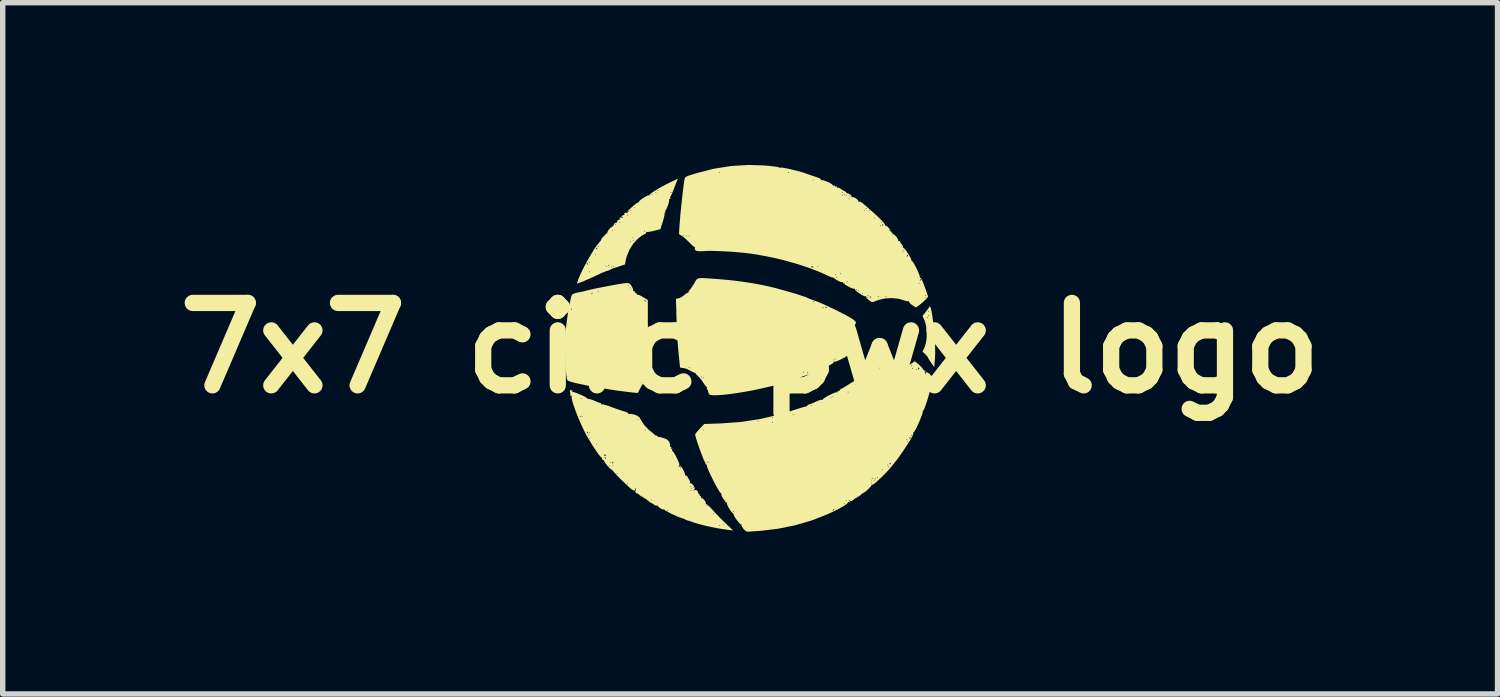
<source format=kicad_pcb>
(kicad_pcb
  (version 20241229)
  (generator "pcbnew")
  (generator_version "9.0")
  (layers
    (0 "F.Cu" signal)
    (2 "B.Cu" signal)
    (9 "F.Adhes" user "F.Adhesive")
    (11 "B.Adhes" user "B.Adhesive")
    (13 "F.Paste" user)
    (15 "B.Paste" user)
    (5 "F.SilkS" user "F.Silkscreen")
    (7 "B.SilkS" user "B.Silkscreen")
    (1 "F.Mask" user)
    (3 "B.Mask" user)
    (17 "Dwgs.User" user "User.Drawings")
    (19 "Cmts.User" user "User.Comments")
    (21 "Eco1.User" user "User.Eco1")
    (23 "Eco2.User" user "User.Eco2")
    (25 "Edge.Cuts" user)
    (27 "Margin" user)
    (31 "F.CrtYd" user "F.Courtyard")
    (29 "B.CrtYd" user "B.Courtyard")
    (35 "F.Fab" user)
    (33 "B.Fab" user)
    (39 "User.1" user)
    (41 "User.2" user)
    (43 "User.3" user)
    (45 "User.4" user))
  (footprint "7x7 circ pwx logo"
    (layer "F.Cu")
    (at 10.82 3.386)
    (property "Reference" "7x7 circ pwx logo" (at 0 0 0) (layer "F.SilkS") (effects (font (size 1.524 1.524) (thickness 0.3))))
    (attr board_only exclude_from_pos_files exclude_from_bom)
    (fp_poly (pts (xy -2.643 -2.127) (xy -2.652 -2.118) (xy -2.661 -2.127) (xy -2.652 -2.136)) (stroke (width 0) (type solid)) (fill yes) (layer "F.SilkS"))
    (fp_poly (pts (xy -2.538 -2.249) (xy -2.547 -2.241) (xy -2.556 -2.249) (xy -2.547 -2.258)) (stroke (width 0) (type solid)) (fill yes) (layer "F.SilkS"))
    (fp_poly (pts (xy -2.538 2.267) (xy -2.547 2.276) (xy -2.556 2.267) (xy -2.547 2.258)) (stroke (width 0) (type solid)) (fill yes) (layer "F.SilkS"))
    (fp_poly (pts (xy -1.558 -2.512) (xy -1.567 -2.503) (xy -1.575 -2.512) (xy -1.567 -2.521)) (stroke (width 0) (type solid)) (fill yes) (layer "F.SilkS"))
    (fp_poly (pts (xy 2.643 -2.127) (xy 2.635 -2.118) (xy 2.626 -2.127) (xy 2.635 -2.136)) (stroke (width 0) (type solid)) (fill yes) (layer "F.SilkS"))
    (fp_poly (pts (xy 3.256 0.429) (xy 3.247 0.438) (xy 3.238 0.429) (xy 3.247 0.42)) (stroke (width 0) (type solid)) (fill yes) (layer "F.SilkS"))
    (fp_poly (pts (xy 3.33 -0.767) (xy 3.34 -0.744) (xy 3.352 -0.695) (xy 3.366 -0.616) (xy 3.368 -0.604) (xy 3.387 -0.478) (xy 3.403 -0.337) (xy 3.414 -0.191) (xy 3.421 -0.048) (xy 3.423 0.082) (xy 3.419 0.187) (xy 3.418 0.199) (xy 3.405 0.353) (xy 3.348 0.272) (xy 3.317 0.226) (xy 3.296 0.191) (xy 3.291 0.178) (xy 3.279 0.158) (xy 3.251 0.126) (xy 3.24 0.115) (xy 3.189 0.067) (xy 3.227 -0.015) (xy 3.252 -0.096) (xy 3.265 -0.198) (xy 3.266 -0.308) (xy 3.254 -0.412) (xy 3.231 -0.499) (xy 3.226 -0.511) (xy 3.2 -0.569) (xy 3.273 -0.569) (xy 3.282 -0.56) (xy 3.291 -0.569) (xy 3.282 -0.578) (xy 3.273 -0.569) (xy 3.2 -0.569) (xy 3.189 -0.594) (xy 3.197 -0.604) (xy 3.291 -0.604) (xy 3.3 -0.595) (xy 3.308 -0.604) (xy 3.3 -0.613) (xy 3.291 -0.604) (xy 3.197 -0.604) (xy 3.241 -0.66) (xy 3.252 -0.674) (xy 3.291 -0.674) (xy 3.3 -0.665) (xy 3.308 -0.674) (xy 3.3 -0.683) (xy 3.291 -0.674) (xy 3.252 -0.674) (xy 3.276 -0.705) (xy 3.302 -0.742) (xy 3.309 -0.753) (xy 3.32 -0.769)) (stroke (width 0) (type solid)) (fill yes) (layer "F.SilkS"))
    (fp_poly (pts (xy -2.24 -1.199) (xy -2.217 -1.183) (xy -2.193 -1.148) (xy -2.192 -1.146) (xy -2.169 -1.104) (xy -2.161 -1.073) (xy -2.163 -1.067) (xy -2.16 -1.054) (xy -2.15 -1.054) (xy -2.132 -1.047) (xy -2.131 -1.037) (xy -2.123 -1.02) (xy -2.114 -1.02) (xy -2.097 -1.011) (xy -2.097 -1.001) (xy -2.092 -0.986) (xy -2.085 -0.988) (xy -2.062 -0.985) (xy -2.021 -0.966) (xy -1.98 -0.943) (xy -1.891 -0.888) (xy -1.891 -0.5) (xy -1.889 -0.341) (xy -1.886 -0.184) (xy -1.88 -0.033) (xy -1.873 0.105) (xy -1.864 0.226) (xy -1.854 0.325) (xy -1.843 0.396) (xy -1.839 0.414) (xy -1.833 0.456) (xy -1.846 0.487) (xy -1.872 0.515) (xy -1.906 0.541) (xy -1.931 0.549) (xy -1.934 0.547) (xy -1.94 0.547) (xy -1.935 0.557) (xy -1.935 0.587) (xy -1.949 0.609) (xy -1.971 0.641) (xy -2.002 0.691) (xy -2.026 0.735) (xy -2.077 0.831) (xy -2.198 0.819) (xy -2.332 0.803) (xy -2.474 0.784) (xy -2.618 0.762) (xy -2.762 0.738) (xy -2.901 0.714) (xy -3.03 0.689) (xy -3.145 0.665) (xy -3.242 0.643) (xy -3.285 0.631) (xy -2.013 0.631) (xy -2.007 0.647) (xy -1.995 0.633) (xy -1.989 0.621) (xy -1.988 0.602) (xy -1.996 0.604) (xy -2.012 0.626) (xy -2.013 0.631) (xy -3.285 0.631) (xy -3.316 0.623) (xy -3.363 0.606) (xy -3.379 0.595) (xy -3.386 0.569) (xy -2.031 0.569) (xy -2.022 0.578) (xy -2.013 0.569) (xy -2.022 0.56) (xy -2.031 0.569) (xy -3.386 0.569) (xy -3.389 0.557) (xy -3.399 0.491) (xy -3.401 0.464) (xy -1.961 0.464) (xy -1.952 0.473) (xy -1.945 0.466) (xy -1.926 0.466) (xy -1.917 0.471) (xy -1.909 0.464) (xy -1.856 0.464) (xy -1.847 0.473) (xy -1.838 0.464) (xy -1.847 0.455) (xy -1.856 0.464) (xy -1.909 0.464) (xy -1.894 0.449) (xy -1.888 0.442) (xy -1.873 0.421) (xy -1.882 0.426) (xy -1.895 0.435) (xy -1.919 0.457) (xy -1.926 0.466) (xy -1.945 0.466) (xy -1.943 0.464) (xy -1.952 0.455) (xy -1.961 0.464) (xy -3.401 0.464) (xy -3.407 0.402) (xy -3.414 0.296) (xy -3.418 0.179) (xy -3.421 0.057) (xy -3.421 -0.062) (xy -3.419 -0.175) (xy -3.414 -0.27) (xy -3.404 -0.373) (xy -3.391 -0.486) (xy -3.375 -0.6) (xy -3.357 -0.71) (xy -3.356 -0.718) (xy -3.308 -0.718) (xy -3.302 -0.703) (xy -3.297 -0.706) (xy -3.295 -0.727) (xy -3.297 -0.729) (xy -3.307 -0.727) (xy -3.308 -0.718) (xy -3.356 -0.718) (xy -3.339 -0.81) (xy -3.322 -0.888) (xy -1.958 -0.888) (xy -1.953 -0.878) (xy -1.936 -0.859) (xy -1.926 -0.863) (xy -1.926 -0.865) (xy -1.938 -0.88) (xy -1.946 -0.886) (xy -1.958 -0.888) (xy -3.322 -0.888) (xy -3.321 -0.894) (xy -3.305 -0.956) (xy -3.291 -0.989) (xy -3.29 -0.99) (xy -3.26 -1.007) (xy -3.253 -1.009) (xy -2.935 -1.009) (xy -2.933 -0.999) (xy -2.923 -0.998) (xy -2.909 -1.004) (xy -2.912 -1.009) (xy -2.932 -1.012) (xy -2.935 -1.009) (xy -3.253 -1.009) (xy -3.2 -1.025) (xy -3.116 -1.04) (xy -3.108 -1.042) (xy -2.818 -1.042) (xy -2.81 -1.033) (xy -2.801 -1.042) (xy -2.81 -1.05) (xy -2.818 -1.042) (xy -3.108 -1.042) (xy -3.107 -1.042) (xy -3.08 -1.048) (xy -3.035 -1.06) (xy -3.02 -1.064) (xy -2.967 -1.077) (xy -2.889 -1.094) (xy -2.805 -1.112) (xy -2.223 -1.112) (xy -2.214 -1.103) (xy -2.206 -1.112) (xy -2.214 -1.12) (xy -2.223 -1.112) (xy -2.805 -1.112) (xy -2.792 -1.114) (xy -2.686 -1.135) (xy -2.579 -1.155) (xy -2.531 -1.164) (xy -2.258 -1.164) (xy -2.249 -1.155) (xy -2.241 -1.164) (xy -2.249 -1.173) (xy -2.258 -1.164) (xy -2.531 -1.164) (xy -2.479 -1.174) (xy -2.394 -1.188) (xy -2.333 -1.197) (xy -2.328 -1.197) (xy -2.273 -1.203)) (stroke (width 0) (type solid)) (fill yes) (layer "F.SilkS"))
    (fp_poly (pts (xy -0.857 -1.293) (xy -0.779 -1.289) (xy -0.674 -1.281) (xy -0.613 -1.277) (xy -0.392 -1.258) (xy -0.169 -1.231) (xy 0.049 -1.198) (xy 0.252 -1.16) (xy 0.432 -1.119) (xy 0.49 -1.104) (xy 0.535 -1.091) (xy 0.601 -1.073) (xy 0.678 -1.051) (xy 0.712 -1.042) (xy 0.788 -1.02) (xy 0.857 -1) (xy 0.908 -0.983) (xy 0.922 -0.978) (xy 0.97 -0.961) (xy 1.005 -0.951) (xy 1.043 -0.938) (xy 1.058 -0.93) (xy 1.084 -0.917) (xy 1.132 -0.899) (xy 1.173 -0.885) (xy 1.233 -0.863) (xy 1.316 -0.828) (xy 1.414 -0.784) (xy 1.521 -0.734) (xy 1.628 -0.682) (xy 1.728 -0.631) (xy 1.812 -0.586) (xy 1.851 -0.564) (xy 1.918 -0.52) (xy 1.953 -0.486) (xy 1.959 -0.461) (xy 1.947 -0.449) (xy 1.937 -0.426) (xy 1.932 -0.377) (xy 1.929 -0.311) (xy 1.931 -0.236) (xy 1.935 -0.161) (xy 1.943 -0.095) (xy 1.949 -0.066) (xy 1.973 0.035) (xy 1.866 0.102) (xy 1.771 0.16) (xy 1.687 0.206) (xy 1.62 0.237) (xy 1.573 0.253) (xy 1.555 0.252) (xy 1.543 0.25) (xy 1.547 0.259) (xy 1.539 0.275) (xy 1.507 0.297) (xy 1.462 0.321) (xy 1.413 0.342) (xy 1.37 0.355) (xy 1.343 0.357) (xy 1.342 0.356) (xy 1.331 0.354) (xy 1.335 0.359) (xy 1.328 0.373) (xy 1.291 0.396) (xy 1.229 0.425) (xy 1.146 0.46) (xy 1.047 0.498) (xy 0.936 0.538) (xy 0.817 0.579) (xy 0.694 0.619) (xy 0.571 0.656) (xy 0.454 0.689) (xy 0.403 0.702) (xy 0.248 0.739) (xy 0.09 0.773) (xy -0.067 0.803) (xy -0.217 0.828) (xy -0.357 0.848) (xy -0.483 0.863) (xy -0.59 0.871) (xy -0.674 0.873) (xy -0.731 0.867) (xy -0.75 0.86) (xy -0.769 0.832) (xy -0.776 0.8) (xy -0.783 0.771) (xy -0.795 0.766) (xy -0.803 0.762) (xy -0.8 0.747) (xy -0.798 0.723) (xy -0.804 0.718) (xy -0.821 0.704) (xy -0.847 0.668) (xy -0.864 0.641) (xy -0.868 0.636) (xy 0.496 0.636) (xy 0.498 0.646) (xy 0.508 0.648) (xy 0.522 0.641) (xy 0.519 0.636) (xy 0.499 0.634) (xy 0.496 0.636) (xy -0.868 0.636) (xy -0.903 0.585) (xy -0.932 0.551) (xy -0.875 0.551) (xy -0.867 0.56) (xy -0.858 0.551) (xy -0.867 0.543) (xy -0.875 0.551) (xy -0.932 0.551) (xy -0.946 0.535) (xy -0.947 0.534) (xy -0.91 0.534) (xy -0.902 0.543) (xy -0.893 0.534) (xy -0.902 0.525) (xy -0.91 0.534) (xy -0.947 0.534) (xy -0.961 0.52) (xy -0.993 0.49) (xy -1.006 0.469) (xy -1.006 0.466) (xy -1.007 0.461) (xy -1.008 0.463) (xy -1.027 0.458) (xy -1.053 0.446) (xy 0.98 0.446) (xy 0.989 0.455) (xy 0.998 0.446) (xy 1.05 0.446) (xy 1.059 0.455) (xy 1.068 0.446) (xy 1.059 0.438) (xy 1.05 0.446) (xy 0.998 0.446) (xy 0.989 0.438) (xy 0.98 0.446) (xy -1.053 0.446) (xy -1.067 0.44) (xy -1.105 0.419) (xy -1.163 0.39) (xy -1.217 0.371) (xy -1.244 0.368) (xy -1.28 0.364) (xy -1.289 0.359) (xy -1.138 0.359) (xy -1.129 0.368) (xy -1.12 0.359) (xy -1.129 0.35) (xy -1.138 0.359) (xy -1.289 0.359) (xy -1.296 0.354) (xy -1.298 0.333) (xy -1.299 0.324) (xy 1.348 0.324) (xy 1.357 0.333) (xy 1.365 0.324) (xy 1.357 0.315) (xy 1.348 0.324) (xy -1.299 0.324) (xy -1.303 0.284) (xy -1.31 0.219) (xy 1.54 0.219) (xy 1.549 0.228) (xy 1.558 0.219) (xy 1.549 0.21) (xy 1.54 0.219) (xy -1.31 0.219) (xy -1.31 0.213) (xy -1.311 0.201) (xy 1.575 0.201) (xy 1.584 0.21) (xy 1.593 0.201) (xy 1.584 0.193) (xy 1.575 0.201) (xy -1.311 0.201) (xy -1.319 0.127) (xy -1.322 0.096) (xy -1.331 -0.000108) (xy -1.34 -0.121) (xy -1.348 -0.256) (xy -1.355 -0.395) (xy -1.356 -0.429) (xy 1.873 -0.429) (xy 1.882 -0.42) (xy 1.891 -0.429) (xy 1.882 -0.438) (xy 1.873 -0.429) (xy -1.356 -0.429) (xy -1.357 -0.446) (xy 1.821 -0.446) (xy 1.829 -0.438) (xy 1.838 -0.446) (xy 1.829 -0.455) (xy 1.821 -0.446) (xy -1.357 -0.446) (xy -1.36 -0.527) (xy -1.36 -0.529) (xy -1.366 -0.747) (xy 1.336 -0.747) (xy 1.339 -0.736) (xy 1.348 -0.735) (xy 1.362 -0.742) (xy 1.36 -0.747) (xy 1.339 -0.749) (xy 1.336 -0.747) (xy -1.366 -0.747) (xy -1.367 -0.765) (xy 1.386 -0.765) (xy 1.39 -0.755) (xy 1.408 -0.737) (xy 1.418 -0.74) (xy 1.418 -0.743) (xy 1.405 -0.758) (xy 1.398 -0.763) (xy 1.386 -0.765) (xy -1.367 -0.765) (xy -1.37 -0.869) (xy 1.161 -0.869) (xy 1.164 -0.859) (xy 1.173 -0.858) (xy 1.187 -0.864) (xy 1.185 -0.869) (xy 1.164 -0.872) (xy 1.161 -0.869) (xy -1.37 -0.869) (xy -1.371 -0.91) (xy -1.317 -0.921) (xy -1.269 -0.941) (xy -1.221 -0.976) (xy -1.215 -0.982) (xy -1.181 -1.011) (xy -1.153 -1.022) (xy -1.148 -1.021) (xy -1.138 -1.018) (xy -1.141 -1.023) (xy -1.139 -1.044) (xy -1.118 -1.074) (xy -1.089 -1.11) (xy -1.053 -1.163) (xy -1.029 -1.203) (xy -1.011 -1.237) (xy -0.995 -1.261) (xy -0.977 -1.278) (xy -0.951 -1.289) (xy -0.913 -1.294)) (stroke (width 0) (type solid)) (fill yes) (layer "F.SilkS"))
    (fp_poly (pts (xy -1.338 -3.123) (xy -1.346 -3.105) (xy -1.36 -3.073) (xy -1.381 -3.019) (xy -1.406 -2.953) (xy -1.411 -2.941) (xy -1.435 -2.879) (xy -1.456 -2.831) (xy -1.47 -2.806) (xy -1.472 -2.804) (xy -1.479 -2.786) (xy -1.475 -2.771) (xy -1.473 -2.752) (xy -1.488 -2.757) (xy -1.503 -2.762) (xy -1.498 -2.751) (xy -1.497 -2.724) (xy -1.507 -2.677) (xy -1.525 -2.622) (xy -1.547 -2.572) (xy -1.565 -2.54) (xy -1.58 -2.503) (xy -1.58 -2.487) (xy -1.583 -2.458) (xy -1.595 -2.406) (xy -1.613 -2.341) (xy -1.617 -2.329) (xy -1.659 -2.198) (xy -1.778 -2.168) (xy -1.84 -2.154) (xy -1.888 -2.147) (xy -1.914 -2.148) (xy -1.914 -2.148) (xy -1.923 -2.147) (xy -1.919 -2.14) (xy -1.924 -2.121) (xy -1.947 -2.108) (xy -1.981 -2.091) (xy -2.029 -2.058) (xy -2.076 -2.021) (xy -2.161 -1.929) (xy -2.232 -1.816) (xy -2.282 -1.692) (xy -2.295 -1.641) (xy -2.314 -1.546) (xy -2.413 -1.513) (xy -2.467 -1.495) (xy -2.507 -1.482) (xy -2.521 -1.479) (xy -2.541 -1.471) (xy -2.568 -1.457) (xy -2.611 -1.437) (xy -2.638 -1.429) (xy -2.67 -1.419) (xy -2.721 -1.398) (xy -2.775 -1.374) (xy -2.9 -1.316) (xy -2.997 -1.272) (xy -3.069 -1.241) (xy -3.119 -1.22) (xy -3.149 -1.21) (xy -3.161 -1.208) (xy -3.188 -1.194) (xy -3.193 -1.186) (xy -3.198 -1.185) (xy -3.195 -1.212) (xy -3.194 -1.217) (xy -3.177 -1.272) (xy -3.144 -1.349) (xy -3.116 -1.409) (xy -2.976 -1.409) (xy -2.967 -1.4) (xy -2.958 -1.409) (xy -2.967 -1.418) (xy -2.976 -1.409) (xy -3.116 -1.409) (xy -3.1 -1.442) (xy -3.072 -1.497) (xy -2.573 -1.497) (xy -2.565 -1.488) (xy -2.556 -1.497) (xy -2.565 -1.505) (xy -2.573 -1.497) (xy -3.072 -1.497) (xy -3.063 -1.514) (xy -2.661 -1.514) (xy -2.652 -1.505) (xy -2.643 -1.514) (xy -2.538 -1.514) (xy -2.529 -1.505) (xy -2.521 -1.514) (xy -2.529 -1.523) (xy -2.538 -1.514) (xy -2.643 -1.514) (xy -2.652 -1.523) (xy -2.661 -1.514) (xy -3.063 -1.514) (xy -3.054 -1.532) (xy -2.626 -1.532) (xy -2.617 -1.523) (xy -2.608 -1.532) (xy -2.617 -1.54) (xy -2.626 -1.532) (xy -3.054 -1.532) (xy -3.047 -1.544) (xy -3.033 -1.57) (xy -3.026 -1.57) (xy -3.021 -1.561) (xy -3.004 -1.542) (xy -2.994 -1.546) (xy -2.993 -1.548) (xy -3.006 -1.563) (xy -3.014 -1.568) (xy -3.026 -1.57) (xy -3.033 -1.57) (xy -3.025 -1.584) (xy -2.976 -1.584) (xy -2.967 -1.575) (xy -2.958 -1.584) (xy -2.967 -1.593) (xy -2.976 -1.584) (xy -3.025 -1.584) (xy -2.99 -1.648) (xy -2.946 -1.724) (xy -2.871 -1.724) (xy -2.862 -1.716) (xy -2.853 -1.724) (xy -2.862 -1.733) (xy -2.871 -1.724) (xy -2.946 -1.724) (xy -2.932 -1.748) (xy -2.886 -1.822) (xy -2.849 -1.822) (xy -2.847 -1.821) (xy -2.831 -1.833) (xy -2.827 -1.838) (xy -2.823 -1.854) (xy -2.825 -1.856) (xy -2.841 -1.843) (xy -2.845 -1.838) (xy -2.849 -1.822) (xy -2.886 -1.822) (xy -2.877 -1.836) (xy -2.845 -1.882) (xy -2.818 -1.882) (xy -2.81 -1.873) (xy -2.801 -1.882) (xy -2.81 -1.891) (xy -2.818 -1.882) (xy -2.845 -1.882) (xy -2.828 -1.906) (xy -2.798 -1.943) (xy -2.775 -1.969) (xy -2.223 -1.969) (xy -2.214 -1.961) (xy -2.206 -1.969) (xy -2.214 -1.978) (xy -2.223 -1.969) (xy -2.775 -1.969) (xy -2.77 -1.974) (xy -2.762 -1.987) (xy -2.171 -1.987) (xy -2.162 -1.978) (xy -2.153 -1.987) (xy -2.162 -1.996) (xy -2.171 -1.987) (xy -2.762 -1.987) (xy -2.757 -1.994) (xy -2.757 -1.995) (xy -2.746 -2.02) (xy -2.733 -2.039) (xy -2.188 -2.039) (xy -2.179 -2.031) (xy -2.171 -2.039) (xy -2.179 -2.048) (xy -2.188 -2.039) (xy -2.733 -2.039) (xy -2.721 -2.055) (xy -2.704 -2.074) (xy -2.696 -2.074) (xy -2.687 -2.066) (xy -2.678 -2.074) (xy -2.687 -2.083) (xy -2.696 -2.074) (xy -2.704 -2.074) (xy -2.69 -2.089) (xy -2.664 -2.111) (xy -2.655 -2.113) (xy -2.64 -2.123) (xy -2.639 -2.137) (xy -2.631 -2.162) (xy -1.961 -2.162) (xy -1.952 -2.153) (xy -1.943 -2.162) (xy -1.952 -2.171) (xy -1.961 -2.162) (xy -2.631 -2.162) (xy -2.631 -2.163) (xy -2.619 -2.179) (xy -2.556 -2.179) (xy -2.547 -2.171) (xy -2.538 -2.179) (xy -2.547 -2.188) (xy -2.556 -2.179) (xy -2.619 -2.179) (xy -2.608 -2.195) (xy -2.579 -2.225) (xy -2.553 -2.242) (xy -2.543 -2.241) (xy -2.533 -2.247) (xy -2.528 -2.265) (xy -2.519 -2.284) (xy -2.503 -2.284) (xy -2.494 -2.276) (xy -2.486 -2.284) (xy -2.494 -2.293) (xy -2.503 -2.284) (xy -2.519 -2.284) (xy -2.513 -2.299) (xy -2.487 -2.319) (xy -2.467 -2.318) (xy -2.466 -2.319) (xy -2.416 -2.319) (xy -2.407 -2.311) (xy -2.398 -2.319) (xy -2.407 -2.328) (xy -2.416 -2.319) (xy -2.466 -2.319) (xy -2.458 -2.326) (xy -2.457 -2.342) (xy -2.446 -2.367) (xy -2.43 -2.37) (xy -2.409 -2.377) (xy -2.411 -2.395) (xy -2.412 -2.414) (xy -2.393 -2.411) (xy -2.363 -2.411) (xy -2.352 -2.419) (xy -2.351 -2.43) (xy -2.363 -2.425) (xy -2.379 -2.422) (xy -2.377 -2.435) (xy -2.354 -2.456) (xy -2.341 -2.457) (xy -2.336 -2.459) (xy -2.276 -2.459) (xy -2.267 -2.451) (xy -2.258 -2.459) (xy -2.267 -2.468) (xy -2.276 -2.459) (xy -2.336 -2.459) (xy -2.322 -2.466) (xy -2.324 -2.482) (xy -2.325 -2.501) (xy -2.306 -2.499) (xy -2.273 -2.502) (xy -2.255 -2.517) (xy -2.241 -2.537) (xy -2.251 -2.534) (xy -2.267 -2.523) (xy -2.271 -2.523) (xy -2.254 -2.542) (xy -2.249 -2.547) (xy -2.223 -2.547) (xy -2.214 -2.538) (xy -2.206 -2.547) (xy -2.214 -2.556) (xy -2.223 -2.547) (xy -2.249 -2.547) (xy -2.217 -2.577) (xy -2.197 -2.596) (xy -2.193 -2.6) (xy -2.153 -2.6) (xy -2.144 -2.591) (xy -2.136 -2.6) (xy -2.144 -2.608) (xy -2.153 -2.6) (xy -2.193 -2.6) (xy -2.148 -2.64) (xy -2.108 -2.672) (xy -2.084 -2.686) (xy -2.081 -2.686) (xy -2.066 -2.692) (xy -2.06 -2.702) (xy -2.04 -2.727) (xy -2.002 -2.758) (xy -1.954 -2.788) (xy -1.909 -2.813) (xy -1.875 -2.825) (xy -1.866 -2.824) (xy -1.856 -2.822) (xy -1.86 -2.827) (xy -1.852 -2.843) (xy -1.85 -2.845) (xy -1.821 -2.845) (xy -1.812 -2.836) (xy -1.803 -2.845) (xy -1.812 -2.853) (xy -1.821 -2.845) (xy -1.85 -2.845) (xy -1.819 -2.87) (xy -1.805 -2.88) (xy -1.751 -2.88) (xy -1.742 -2.871) (xy -1.733 -2.88) (xy -1.47 -2.88) (xy -1.462 -2.871) (xy -1.453 -2.88) (xy -1.462 -2.888) (xy -1.47 -2.88) (xy -1.733 -2.88) (xy -1.742 -2.888) (xy -1.751 -2.88) (xy -1.805 -2.88) (xy -1.764 -2.907) (xy -1.752 -2.915) (xy -1.716 -2.915) (xy -1.707 -2.906) (xy -1.698 -2.915) (xy -1.707 -2.923) (xy -1.716 -2.915) (xy -1.752 -2.915) (xy -1.694 -2.95) (xy -1.613 -2.995) (xy -1.526 -3.04) (xy -1.497 -3.054) (xy -1.432 -3.085) (xy -1.38 -3.11) (xy -1.348 -3.126) (xy -1.342 -3.129)) (stroke (width 0) (type solid)) (fill yes) (layer "F.SilkS"))
    (fp_poly (pts (xy -3.29 0.784) (xy -3.285 0.788) (xy -3.274 0.803) (xy -3.291 0.796) (xy -3.307 0.791) (xy -3.303 0.798) (xy -3.274 0.813) (xy -3.268 0.814) (xy -3.24 0.82) (xy -3.195 0.837) (xy -3.141 0.86) (xy -3.088 0.884) (xy -3.045 0.906) (xy -3.021 0.922) (xy -3.018 0.926) (xy -3.009 0.935) (xy -2.986 0.939) (xy -2.948 0.948) (xy -2.895 0.967) (xy -2.871 0.978) (xy -2.821 1) (xy -2.782 1.013) (xy -2.77 1.015) (xy -2.755 1.025) (xy -2.757 1.033) (xy -2.754 1.043) (xy -2.744 1.041) (xy -2.718 1.043) (xy -2.668 1.055) (xy -2.602 1.076) (xy -2.563 1.091) (xy -2.483 1.12) (xy -2.405 1.147) (xy -2.342 1.167) (xy -2.324 1.172) (xy -2.276 1.189) (xy -2.253 1.206) (xy -2.252 1.213) (xy -2.252 1.222) (xy -2.245 1.219) (xy -2.218 1.216) (xy -2.171 1.223) (xy -2.144 1.229) (xy -2.081 1.253) (xy -2.044 1.287) (xy -2.037 1.299) (xy -1.96 1.421) (xy -1.867 1.518) (xy -1.843 1.537) (xy -1.797 1.573) (xy -1.765 1.601) (xy -1.753 1.614) (xy -1.737 1.621) (xy -1.732 1.618) (xy -1.716 1.621) (xy -1.716 1.627) (xy -1.706 1.642) (xy -1.702 1.642) (xy -1.679 1.644) (xy -1.635 1.654) (xy -1.605 1.662) (xy -1.544 1.686) (xy -1.506 1.718) (xy -1.495 1.737) (xy -1.479 1.78) (xy -1.477 1.813) (xy -1.478 1.814) (xy -1.478 1.831) (xy -1.467 1.827) (xy -1.454 1.827) (xy -1.459 1.845) (xy -1.461 1.865) (xy -1.45 1.862) (xy -1.437 1.862) (xy -1.441 1.88) (xy -1.445 1.901) (xy -1.439 1.901) (xy -1.425 1.912) (xy -1.401 1.947) (xy -1.371 2.001) (xy -1.359 2.025) (xy -1.327 2.092) (xy -1.311 2.136) (xy -1.307 2.164) (xy -1.315 2.183) (xy -1.317 2.185) (xy -1.33 2.205) (xy -1.32 2.199) (xy -1.31 2.192) (xy -1.291 2.183) (xy -1.274 2.192) (xy -1.251 2.225) (xy -1.236 2.251) (xy -1.213 2.3) (xy -1.201 2.337) (xy -1.202 2.35) (xy -1.202 2.36) (xy -1.193 2.356) (xy -1.171 2.359) (xy -1.161 2.375) (xy -1.14 2.415) (xy -1.125 2.436) (xy -1.11 2.468) (xy -1.113 2.487) (xy -1.116 2.501) (xy -1.107 2.497) (xy -1.086 2.502) (xy -1.057 2.529) (xy -1.05 2.539) (xy -1.026 2.577) (xy -1.024 2.602) (xy -1.036 2.622) (xy -1.05 2.642) (xy -1.041 2.638) (xy -1.032 2.631) (xy -0.999 2.622) (xy -0.972 2.64) (xy -0.963 2.673) (xy -0.951 2.694) (xy -0.944 2.696) (xy -0.933 2.706) (xy -0.935 2.711) (xy -0.931 2.73) (xy -0.918 2.738) (xy -0.9 2.756) (xy -0.903 2.768) (xy -0.905 2.781) (xy -0.897 2.777) (xy -0.876 2.782) (xy -0.85 2.807) (xy -0.827 2.839) (xy -0.816 2.868) (xy -0.819 2.879) (xy -0.819 2.887) (xy -0.812 2.885) (xy -0.792 2.895) (xy -0.757 2.926) (xy -0.712 2.972) (xy -0.693 2.993) (xy -0.636 3.056) (xy -0.564 3.131) (xy -0.489 3.205) (xy -0.45 3.243) (xy -0.394 3.296) (xy -0.35 3.339) (xy -0.322 3.368) (xy -0.315 3.376) (xy -0.337 3.372) (xy -0.368 3.367) (xy -0.406 3.362) (xy -0.467 3.353) (xy -0.537 3.343) (xy -0.543 3.342) (xy -0.623 3.328) (xy -0.717 3.309) (xy -0.818 3.287) (xy -0.836 3.282) (xy -0.578 3.282) (xy -0.569 3.291) (xy -0.56 3.282) (xy -0.569 3.273) (xy -0.578 3.282) (xy -0.836 3.282) (xy -0.906 3.265) (xy -0.508 3.265) (xy -0.499 3.273) (xy -0.49 3.265) (xy -0.499 3.256) (xy -0.508 3.265) (xy -0.906 3.265) (xy -0.914 3.263) (xy -0.996 3.24) (xy -1.055 3.221) (xy -1.062 3.218) (xy -1.11 3.201) (xy -1.145 3.192) (xy -1.183 3.179) (xy -1.198 3.171) (xy -1.228 3.155) (xy -1.261 3.145) (xy -1.3 3.132) (xy -1.354 3.111) (xy -1.415 3.083) (xy -1.474 3.055) (xy -0.683 3.055) (xy -0.674 3.063) (xy -0.665 3.055) (xy -0.674 3.046) (xy -0.683 3.055) (xy -1.474 3.055) (xy -1.476 3.054) (xy -1.529 3.026) (xy -1.567 3.004) (xy -1.57 3.002) (xy -1.54 3.002) (xy -1.532 3.011) (xy -1.523 3.002) (xy -1.532 2.993) (xy -1.54 3.002) (xy -1.57 3.002) (xy -1.583 2.991) (xy -1.582 2.99) (xy -1.58 2.985) (xy -1.589 2.987) (xy -1.616 2.983) (xy -1.652 2.967) (xy -1.685 2.945) (xy -1.703 2.925) (xy -1.703 2.917) (xy -1.703 2.915) (xy -0.805 2.915) (xy -0.796 2.923) (xy -0.788 2.915) (xy -0.796 2.906) (xy -0.805 2.915) (xy -1.703 2.915) (xy -1.705 2.911) (xy -1.718 2.915) (xy -1.752 2.912) (xy -1.773 2.898) (xy -1.801 2.876) (xy -1.816 2.871) (xy -1.837 2.86) (xy -1.873 2.834) (xy -1.891 2.819) (xy -1.903 2.81) (xy -1.838 2.81) (xy -1.829 2.818) (xy -1.821 2.81) (xy -1.829 2.801) (xy -1.838 2.81) (xy -1.903 2.81) (xy -1.932 2.788) (xy -1.963 2.769) (xy -1.971 2.767) (xy -1.996 2.755) (xy -2.016 2.74) (xy -1.996 2.74) (xy -1.987 2.748) (xy -1.978 2.74) (xy -1.987 2.731) (xy -1.996 2.74) (xy -2.016 2.74) (xy -2.031 2.728) (xy -2.037 2.723) (xy -2.067 2.698) (xy -2.082 2.689) (xy -2.083 2.69) (xy -2.094 2.689) (xy -2.11 2.678) (xy -2.126 2.653) (xy -2.118 2.635) (xy -1.103 2.635) (xy -1.094 2.643) (xy -1.085 2.635) (xy -1.094 2.626) (xy -1.103 2.635) (xy -2.118 2.635) (xy -2.117 2.634) (xy -2.109 2.61) (xy -2.119 2.6) (xy -1.085 2.6) (xy -1.077 2.608) (xy -1.068 2.6) (xy -1.077 2.591) (xy -1.085 2.6) (xy -2.119 2.6) (xy -2.12 2.598) (xy -2.133 2.595) (xy -2.129 2.604) (xy -2.124 2.628) (xy -2.141 2.635) (xy -2.171 2.626) (xy -2.202 2.604) (xy -2.226 2.582) (xy -1.05 2.582) (xy -1.042 2.591) (xy -1.033 2.582) (xy -1.042 2.573) (xy -1.05 2.582) (xy -2.226 2.582) (xy -2.245 2.565) (xy -1.103 2.565) (xy -1.094 2.573) (xy -1.085 2.565) (xy -1.094 2.556) (xy -1.103 2.565) (xy -2.245 2.565) (xy -2.301 2.512) (xy -2.276 2.512) (xy -2.267 2.521) (xy -2.258 2.512) (xy -2.267 2.503) (xy -2.276 2.512) (xy -2.301 2.512) (xy -2.308 2.506) (xy -2.396 2.422) (xy -2.463 2.354) (xy -2.495 2.319) (xy -2.468 2.319) (xy -2.459 2.328) (xy -2.451 2.319) (xy -2.459 2.311) (xy -2.468 2.319) (xy -2.495 2.319) (xy -2.509 2.305) (xy -2.531 2.275) (xy -2.533 2.269) (xy -2.543 2.254) (xy -2.551 2.254) (xy -2.572 2.243) (xy -2.604 2.214) (xy -1.295 2.214) (xy -1.287 2.223) (xy -1.278 2.214) (xy -1.287 2.206) (xy -1.295 2.214) (xy -2.604 2.214) (xy -2.605 2.213) (xy -2.636 2.179) (xy -2.608 2.179) (xy -2.6 2.188) (xy -2.591 2.179) (xy -2.556 2.179) (xy -2.547 2.188) (xy -2.538 2.179) (xy -2.547 2.171) (xy -2.556 2.179) (xy -2.591 2.179) (xy -2.6 2.171) (xy -2.608 2.179) (xy -2.636 2.179) (xy -2.642 2.172) (xy -2.672 2.134) (xy -2.551 2.134) (xy -2.549 2.136) (xy -2.533 2.123) (xy -2.529 2.118) (xy -2.525 2.102) (xy -2.527 2.101) (xy -2.543 2.113) (xy -2.547 2.118) (xy -2.551 2.134) (xy -2.672 2.134) (xy -2.675 2.13) (xy -2.689 2.109) (xy -2.591 2.109) (xy -2.582 2.118) (xy -2.573 2.109) (xy -2.582 2.101) (xy -2.591 2.109) (xy -2.689 2.109) (xy -2.697 2.096) (xy -2.7 2.082) (xy -2.709 2.07) (xy -2.718 2.07) (xy -2.735 2.06) (xy -2.737 2.044) (xy -2.742 2.023) (xy -2.749 2.022) (xy -2.756 2.018) (xy -2.693 2.018) (xy -2.689 2.028) (xy -2.671 2.047) (xy -2.661 2.043) (xy -2.661 2.04) (xy -2.673 2.026) (xy -2.681 2.02) (xy -2.693 2.018) (xy -2.756 2.018) (xy -2.764 2.012) (xy -2.793 1.977) (xy -2.795 1.975) (xy -2.703 1.975) (xy -2.697 1.988) (xy -2.686 1.99) (xy -2.663 1.987) (xy -2.661 1.985) (xy -2.674 1.971) (xy -2.696 1.97) (xy -2.703 1.975) (xy -2.795 1.975) (xy -2.832 1.923) (xy -2.878 1.855) (xy -2.927 1.779) (xy -2.928 1.777) (xy -2.853 1.777) (xy -2.845 1.786) (xy -2.836 1.777) (xy -2.845 1.768) (xy -2.853 1.777) (xy -2.928 1.777) (xy -2.975 1.699) (xy -2.991 1.672) (xy -2.976 1.672) (xy -2.967 1.68) (xy -2.958 1.672) (xy -2.967 1.663) (xy -2.976 1.672) (xy -2.991 1.672) (xy -3.02 1.623) (xy -3.031 1.602) (xy -2.993 1.602) (xy -2.985 1.61) (xy -2.976 1.602) (xy -2.985 1.593) (xy -2.993 1.602) (xy -3.031 1.602) (xy -3.05 1.567) (xy -3.06 1.545) (xy -3.026 1.545) (xy -3.021 1.555) (xy -3.004 1.574) (xy -2.994 1.57) (xy -2.993 1.568) (xy -2.994 1.567) (xy -2.976 1.567) (xy -2.967 1.575) (xy -2.958 1.567) (xy -2.967 1.558) (xy -2.976 1.567) (xy -2.994 1.567) (xy -3.006 1.553) (xy -3.014 1.548) (xy -3.026 1.545) (xy -3.06 1.545) (xy -3.075 1.514) (xy -1.943 1.514) (xy -1.934 1.523) (xy -1.926 1.514) (xy -1.934 1.505) (xy -1.943 1.514) (xy -3.075 1.514) (xy -3.101 1.462) (xy -3.15 1.352) (xy -3.163 1.322) (xy -2.083 1.322) (xy -2.074 1.33) (xy -2.066 1.322) (xy -2.074 1.313) (xy -2.083 1.322) (xy -3.163 1.322) (xy -3.185 1.269) (xy -3.151 1.269) (xy -3.142 1.278) (xy -3.133 1.269) (xy -3.116 1.269) (xy -3.107 1.278) (xy -3.098 1.269) (xy -3.107 1.26) (xy -3.116 1.269) (xy -3.133 1.269) (xy -3.142 1.26) (xy -3.151 1.269) (xy -3.185 1.269) (xy -3.196 1.243) (xy -3.235 1.14) (xy -3.267 1.048) (xy -3.289 0.972) (xy -3.296 0.937) (xy -3.133 0.937) (xy -3.125 0.945) (xy -3.116 0.937) (xy -3.125 0.928) (xy -3.133 0.937) (xy -3.296 0.937) (xy -3.3 0.917) (xy -3.298 0.889) (xy -3.296 0.878) (xy -3.307 0.883) (xy -3.323 0.884) (xy -3.323 0.864) (xy -3.325 0.826) (xy -3.331 0.811) (xy -3.333 0.787) (xy -3.315 0.776)) (stroke (width 0) (type solid)) (fill yes) (layer "F.SilkS"))
    (fp_poly (pts (xy 3.124 0.308) (xy 3.164 0.346) (xy 3.189 0.375) (xy 3.193 0.389) (xy 3.197 0.399) (xy 3.206 0.399) (xy 3.224 0.409) (xy 3.229 0.432) (xy 3.236 0.469) (xy 3.246 0.484) (xy 3.254 0.487) (xy 3.25 0.478) (xy 3.244 0.453) (xy 3.259 0.446) (xy 3.288 0.456) (xy 3.324 0.482) (xy 3.329 0.488) (xy 3.358 0.519) (xy 3.371 0.545) (xy 3.373 0.578) (xy 3.364 0.632) (xy 3.361 0.643) (xy 3.345 0.719) (xy 3.323 0.805) (xy 3.298 0.893) (xy 3.272 0.978) (xy 3.247 1.054) (xy 3.225 1.113) (xy 3.208 1.151) (xy 3.198 1.161) (xy 3.189 1.161) (xy 3.193 1.17) (xy 3.191 1.193) (xy 3.177 1.239) (xy 3.154 1.3) (xy 3.126 1.368) (xy 3.095 1.436) (xy 3.066 1.495) (xy 3.041 1.538) (xy 3.025 1.558) (xy 3.023 1.558) (xy 3.013 1.565) (xy 3.016 1.569) (xy 3.016 1.59) (xy 3.002 1.629) (xy 2.994 1.643) (xy 2.975 1.678) (xy 2.942 1.731) (xy 2.9 1.796) (xy 2.854 1.867) (xy 2.808 1.936) (xy 2.766 1.996) (xy 2.734 2.041) (xy 2.716 2.065) (xy 2.715 2.066) (xy 2.699 2.084) (xy 2.671 2.12) (xy 2.653 2.144) (xy 2.61 2.198) (xy 2.555 2.26) (xy 2.494 2.325) (xy 2.43 2.389) (xy 2.37 2.445) (xy 2.318 2.491) (xy 2.279 2.521) (xy 2.258 2.529) (xy 2.257 2.529) (xy 2.243 2.525) (xy 2.246 2.532) (xy 2.238 2.55) (xy 2.212 2.581) (xy 2.176 2.617) (xy 2.138 2.651) (xy 2.106 2.674) (xy 2.093 2.68) (xy 2.075 2.69) (xy 2.044 2.716) (xy 2.037 2.723) (xy 2.002 2.751) (xy 1.975 2.765) (xy 1.972 2.766) (xy 1.948 2.777) (xy 1.914 2.803) (xy 1.914 2.803) (xy 1.883 2.828) (xy 1.86 2.828) (xy 1.843 2.817) (xy 1.822 2.801) (xy 1.825 2.809) (xy 1.838 2.826) (xy 1.855 2.85) (xy 1.847 2.853) (xy 1.833 2.848) (xy 1.811 2.845) (xy 1.811 2.852) (xy 1.802 2.87) (xy 1.766 2.898) (xy 1.706 2.935) (xy 1.628 2.979) (xy 1.535 3.026) (xy 1.435 3.072) (xy 1.144 3.186) (xy 0.834 3.277) (xy 0.513 3.342) (xy 0.208 3.378) (xy 0.119 3.385) (xy 0.042 3.39) (xy -0.017 3.394) (xy -0.05 3.396) (xy -0.053 3.396) (xy -0.08 3.383) (xy -0.115 3.352) (xy -0.123 3.342) (xy -0.149 3.303) (xy -0.161 3.273) (xy -0.16 3.268) (xy -0.162 3.257) (xy -0.167 3.26) (xy -0.182 3.253) (xy -0.209 3.225) (xy -0.241 3.186) (xy -0.271 3.144) (xy -0.294 3.107) (xy -0.301 3.086) (xy -0.3 3.085) (xy -0.306 3.069) (xy -0.31 3.065) (xy -0.338 3.038) (xy -0.351 3.02) (xy -0.315 3.02) (xy -0.306 3.028) (xy -0.298 3.02) (xy -0.306 3.011) (xy -0.315 3.02) (xy -0.351 3.02) (xy -0.359 3.01) (xy 1.527 3.01) (xy 1.53 3.011) (xy 1.546 2.999) (xy 1.549 2.993) (xy 1.554 2.977) (xy 1.551 2.976) (xy 1.535 2.988) (xy 1.532 2.993) (xy 1.527 3.01) (xy -0.359 3.01) (xy -0.37 2.994) (xy -0.4 2.945) (xy -0.422 2.901) (xy -0.427 2.88) (xy 1.733 2.88) (xy 1.742 2.888) (xy 1.751 2.88) (xy 1.742 2.871) (xy 1.733 2.88) (xy -0.427 2.88) (xy -0.429 2.872) (xy -0.428 2.868) (xy -0.424 2.855) (xy -0.429 2.858) (xy -0.446 2.853) (xy -0.469 2.827) (xy 1.768 2.827) (xy 1.777 2.836) (xy 1.786 2.827) (xy 1.777 2.818) (xy 1.768 2.827) (xy -0.469 2.827) (xy -0.47 2.826) (xy -0.481 2.81) (xy -0.473 2.81) (xy -0.464 2.818) (xy -0.455 2.81) (xy -0.464 2.801) (xy -0.473 2.81) (xy -0.481 2.81) (xy -0.497 2.786) (xy -0.52 2.744) (xy -0.521 2.74) (xy 1.978 2.74) (xy 1.987 2.748) (xy 1.996 2.74) (xy 1.987 2.731) (xy 1.978 2.74) (xy -0.521 2.74) (xy -0.532 2.708) (xy -0.532 2.692) (xy -0.531 2.681) (xy -0.538 2.684) (xy -0.552 2.674) (xy -0.577 2.637) (xy -0.609 2.582) (xy -0.647 2.513) (xy -0.657 2.494) (xy 2.241 2.494) (xy 2.249 2.503) (xy 2.258 2.494) (xy 2.249 2.486) (xy 2.241 2.494) (xy -0.657 2.494) (xy -0.684 2.442) (xy 2.241 2.442) (xy 2.249 2.451) (xy 2.258 2.442) (xy 2.293 2.442) (xy 2.302 2.451) (xy 2.311 2.442) (xy 2.302 2.433) (xy 2.293 2.442) (xy 2.258 2.442) (xy 2.249 2.433) (xy 2.241 2.442) (xy -0.684 2.442) (xy -0.686 2.437) (xy -0.701 2.407) (xy 2.258 2.407) (xy 2.267 2.416) (xy 2.276 2.407) (xy 2.311 2.407) (xy 2.319 2.416) (xy 2.328 2.407) (xy 2.319 2.398) (xy 2.311 2.407) (xy 2.276 2.407) (xy 2.267 2.398) (xy 2.258 2.407) (xy -0.701 2.407) (xy -0.71 2.389) (xy 2.346 2.389) (xy 2.354 2.398) (xy 2.363 2.389) (xy 2.354 2.381) (xy 2.346 2.389) (xy -0.71 2.389) (xy -0.724 2.361) (xy -0.757 2.29) (xy -0.774 2.249) (xy 2.433 2.249) (xy 2.442 2.258) (xy 2.451 2.249) (xy 2.442 2.241) (xy 2.433 2.249) (xy -0.774 2.249) (xy -0.782 2.231) (xy -0.794 2.197) (xy 2.556 2.197) (xy 2.565 2.206) (xy 2.573 2.197) (xy 2.565 2.188) (xy 2.556 2.197) (xy -0.794 2.197) (xy -0.796 2.19) (xy -0.797 2.175) (xy -0.797 2.162) (xy 2.538 2.162) (xy 2.547 2.171) (xy 2.556 2.162) (xy 2.547 2.153) (xy 2.538 2.162) (xy -0.797 2.162) (xy -0.797 2.159) (xy -0.804 2.161) (xy -0.816 2.15) (xy -0.829 2.123) (xy 2.576 2.123) (xy 2.58 2.133) (xy 2.598 2.152) (xy 2.608 2.148) (xy 2.608 2.145) (xy 2.596 2.131) (xy 2.588 2.125) (xy 2.576 2.123) (xy -0.829 2.123) (xy -0.836 2.111) (xy -0.836 2.109) (xy -0.805 2.109) (xy -0.796 2.118) (xy -0.788 2.109) (xy -0.77 2.109) (xy -0.761 2.118) (xy -0.753 2.109) (xy -0.761 2.101) (xy -0.77 2.109) (xy -0.788 2.109) (xy -0.796 2.101) (xy -0.805 2.109) (xy -0.836 2.109) (xy -0.862 2.052) (xy -0.891 1.978) (xy -0.922 1.897) (xy -0.952 1.813) (xy -0.979 1.735) (xy -0.982 1.724) (xy 2.906 1.724) (xy 2.915 1.733) (xy 2.923 1.724) (xy 2.915 1.716) (xy 2.906 1.724) (xy -0.982 1.724) (xy -0.993 1.689) (xy 2.888 1.689) (xy 2.897 1.698) (xy 2.906 1.689) (xy 2.897 1.68) (xy 2.888 1.689) (xy -0.993 1.689) (xy -0.996 1.679) (xy 2.945 1.679) (xy 2.948 1.68) (xy 2.964 1.668) (xy 2.967 1.663) (xy 2.972 1.647) (xy 2.969 1.645) (xy 2.953 1.658) (xy 2.95 1.663) (xy 2.945 1.679) (xy -0.996 1.679) (xy -1 1.667) (xy -1.012 1.619) (xy 2.976 1.619) (xy 2.985 1.628) (xy 2.993 1.619) (xy 2.985 1.61) (xy 2.976 1.619) (xy -1.012 1.619) (xy -1.012 1.617) (xy -1.015 1.595) (xy -1.004 1.576) (xy -0.975 1.54) (xy -0.951 1.514) (xy -0.875 1.514) (xy -0.867 1.523) (xy -0.858 1.514) (xy -0.867 1.505) (xy -0.875 1.514) (xy -0.951 1.514) (xy -0.934 1.494) (xy -0.932 1.493) (xy -0.849 1.404) (xy -0.551 1.394) (xy -0.275 1.374) (xy 0.403 1.374) (xy 0.411 1.383) (xy 0.42 1.374) (xy 0.411 1.365) (xy 0.403 1.374) (xy -0.275 1.374) (xy -0.175 1.367) (xy -0.107 1.357) (xy 0.14 1.357) (xy 0.149 1.365) (xy 0.158 1.357) (xy 0.149 1.348) (xy 0.14 1.357) (xy -0.107 1.357) (xy 0.191 1.311) (xy 0.295 1.287) (xy 0.403 1.287) (xy 0.411 1.295) (xy 0.42 1.287) (xy 0.411 1.278) (xy 0.403 1.287) (xy 0.295 1.287) (xy 0.517 1.234) (xy 0.788 1.234) (xy 0.796 1.243) (xy 0.805 1.234) (xy 0.796 1.225) (xy 0.788 1.234) (xy 0.517 1.234) (xy 0.553 1.225) (xy 0.817 1.144) (xy 0.896 1.119) (xy 0.964 1.098) (xy 1.014 1.084) (xy 1.036 1.079) (xy 1.057 1.072) (xy 1.057 1.065) (xy 1.061 1.059) (xy 1.12 1.059) (xy 1.129 1.068) (xy 1.138 1.059) (xy 1.129 1.05) (xy 1.12 1.059) (xy 1.061 1.059) (xy 1.066 1.052) (xy 1.098 1.04) (xy 1.142 1.025) (xy 1.2 1) (xy 1.23 0.986) (xy 1.281 0.964) (xy 1.321 0.955) (xy 1.335 0.956) (xy 1.347 0.959) (xy 1.343 0.954) (xy 1.351 0.94) (xy 1.38 0.919) (xy 1.488 0.919) (xy 1.497 0.928) (xy 1.505 0.919) (xy 1.497 0.91) (xy 1.488 0.919) (xy 1.38 0.919) (xy 1.383 0.917) (xy 1.409 0.902) (xy 1.523 0.902) (xy 1.532 0.91) (xy 1.54 0.902) (xy 1.532 0.893) (xy 1.523 0.902) (xy 1.409 0.902) (xy 1.43 0.889) (xy 1.485 0.861) (xy 1.539 0.836) (xy 1.584 0.82) (xy 1.611 0.815) (xy 1.614 0.816) (xy 1.625 0.818) (xy 1.623 0.814) (xy 1.803 0.814) (xy 1.812 0.823) (xy 1.821 0.814) (xy 1.812 0.805) (xy 1.803 0.814) (xy 1.623 0.814) (xy 1.619 0.805) (xy 1.615 0.789) (xy 1.635 0.793) (xy 1.655 0.796) (xy 1.654 0.787) (xy 1.659 0.768) (xy 1.675 0.759) (xy 1.704 0.744) (xy 1.753 0.716) (xy 1.813 0.679) (xy 1.821 0.674) (xy 1.943 0.674) (xy 1.952 0.683) (xy 1.961 0.674) (xy 1.952 0.665) (xy 1.943 0.674) (xy 1.821 0.674) (xy 1.825 0.671) (xy 1.882 0.636) (xy 1.926 0.609) (xy 1.95 0.596) (xy 1.952 0.595) (xy 1.969 0.585) (xy 2.006 0.559) (xy 2.04 0.534) (xy 3.343 0.534) (xy 3.352 0.543) (xy 3.361 0.534) (xy 3.352 0.525) (xy 3.343 0.534) (xy 2.04 0.534) (xy 2.056 0.522) (xy 2.064 0.516) (xy 2.101 0.516) (xy 2.109 0.525) (xy 2.118 0.516) (xy 2.109 0.508) (xy 2.101 0.516) (xy 2.064 0.516) (xy 2.065 0.515) (xy 2.12 0.477) (xy 2.164 0.453) (xy 2.19 0.447) (xy 2.191 0.448) (xy 2.203 0.45) (xy 2.199 0.442) (xy 2.203 0.429) (xy 2.223 0.429) (xy 2.232 0.438) (xy 2.241 0.429) (xy 2.232 0.42) (xy 2.223 0.429) (xy 2.203 0.429) (xy 2.205 0.421) (xy 2.232 0.392) (xy 2.242 0.384) (xy 2.276 0.362) (xy 2.303 0.354) (xy 2.337 0.359) (xy 2.389 0.374) (xy 2.528 0.401) (xy 2.673 0.398) (xy 2.694 0.394) (xy 3.063 0.394) (xy 3.072 0.403) (xy 3.081 0.394) (xy 3.072 0.385) (xy 3.063 0.394) (xy 2.694 0.394) (xy 2.776 0.376) (xy 2.993 0.376) (xy 3.002 0.385) (xy 3.006 0.381) (xy 3.106 0.381) (xy 3.108 0.386) (xy 3.122 0.402) (xy 3.127 0.384) (xy 3.128 0.377) (xy 3.12 0.36) (xy 3.113 0.361) (xy 3.106 0.381) (xy 3.006 0.381) (xy 3.011 0.376) (xy 3.002 0.368) (xy 2.993 0.376) (xy 2.776 0.376) (xy 2.814 0.368) (xy 2.916 0.324) (xy 2.976 0.324) (xy 2.985 0.333) (xy 2.993 0.324) (xy 2.985 0.315) (xy 2.976 0.324) (xy 2.916 0.324) (xy 2.944 0.312) (xy 2.991 0.282) (xy 3.045 0.243)) (stroke (width 0) (type solid)) (fill yes) (layer "F.SilkS"))
    (fp_poly (pts (xy 0.243 -3.377) (xy 0.336 -3.37) (xy 0.417 -3.361) (xy 0.481 -3.353) (xy 0.519 -3.346) (xy 0.525 -3.343) (xy 0.554 -3.334) (xy 0.564 -3.336) (xy 0.586 -3.337) (xy 0.634 -3.33) (xy 0.701 -3.317) (xy 0.779 -3.299) (xy 0.862 -3.279) (xy 0.943 -3.257) (xy 1.013 -3.235) (xy 1.066 -3.216) (xy 1.068 -3.216) (xy 1.103 -3.202) (xy 1.12 -3.196) (xy 1.14 -3.19) (xy 1.183 -3.176) (xy 1.229 -3.161) (xy 1.287 -3.138) (xy 1.311 -3.121) (xy 1.308 -3.111) (xy 1.3 -3.101) (xy 1.318 -3.105) (xy 1.346 -3.103) (xy 1.391 -3.09) (xy 1.441 -3.069) (xy 1.487 -3.046) (xy 1.52 -3.024) (xy 1.53 -3.008) (xy 1.53 -3.008) (xy 1.535 -3.001) (xy 1.551 -3.005) (xy 1.572 -3.008) (xy 1.569 -2.997) (xy 1.568 -2.984) (xy 1.586 -2.988) (xy 1.607 -2.991) (xy 1.604 -2.979) (xy 1.603 -2.966) (xy 1.615 -2.968) (xy 1.644 -2.964) (xy 1.673 -2.946) (xy 1.709 -2.92) (xy 1.734 -2.909) (xy 1.765 -2.892) (xy 1.781 -2.875) (xy 1.798 -2.858) (xy 1.803 -2.859) (xy 1.815 -2.86) (xy 1.845 -2.844) (xy 1.847 -2.843) (xy 1.874 -2.818) (xy 1.879 -2.796) (xy 1.879 -2.796) (xy 1.879 -2.786) (xy 1.888 -2.79) (xy 1.914 -2.79) (xy 1.949 -2.773) (xy 1.982 -2.748) (xy 2.002 -2.722) (xy 2.002 -2.709) (xy 2.001 -2.699) (xy 2.01 -2.703) (xy 2.023 -2.707) (xy 2.039 -2.704) (xy 2.063 -2.69) (xy 2.099 -2.663) (xy 2.149 -2.621) (xy 2.218 -2.56) (xy 2.303 -2.484) (xy 2.379 -2.413) (xy 2.439 -2.354) (xy 2.478 -2.31) (xy 2.495 -2.283) (xy 2.495 -2.28) (xy 2.494 -2.264) (xy 2.5 -2.265) (xy 2.52 -2.259) (xy 2.551 -2.234) (xy 2.583 -2.198) (xy 2.608 -2.162) (xy 2.617 -2.137) (xy 2.629 -2.113) (xy 2.641 -2.109) (xy 2.666 -2.097) (xy 2.696 -2.068) (xy 2.723 -2.032) (xy 2.738 -2.002) (xy 2.737 -1.992) (xy 2.742 -1.981) (xy 2.751 -1.982) (xy 2.771 -1.975) (xy 2.774 -1.968) (xy 2.786 -1.942) (xy 2.805 -1.919) (xy 2.825 -1.888) (xy 2.824 -1.867) (xy 2.822 -1.856) (xy 2.827 -1.86) (xy 2.842 -1.853) (xy 2.868 -1.823) (xy 2.9 -1.779) (xy 2.933 -1.728) (xy 2.961 -1.68) (xy 2.979 -1.643) (xy 2.982 -1.624) (xy 2.987 -1.611) (xy 2.992 -1.61) (xy 3.008 -1.596) (xy 3.033 -1.557) (xy 3.062 -1.503) (xy 3.092 -1.443) (xy 3.117 -1.385) (xy 3.135 -1.338) (xy 3.14 -1.31) (xy 3.139 -1.308) (xy 3.139 -1.298) (xy 3.146 -1.301) (xy 3.16 -1.291) (xy 3.182 -1.251) (xy 3.209 -1.186) (xy 3.228 -1.136) (xy 3.254 -1.064) (xy 3.274 -1.004) (xy 3.288 -0.964) (xy 3.291 -0.952) (xy 3.278 -0.931) (xy 3.245 -0.896) (xy 3.201 -0.854) (xy 3.152 -0.812) (xy 3.107 -0.778) (xy 3.074 -0.757) (xy 3.063 -0.754) (xy 3.045 -0.763) (xy 3.009 -0.787) (xy 2.993 -0.798) (xy 2.957 -0.829) (xy 2.938 -0.854) (xy 2.937 -0.86) (xy 2.931 -0.87) (xy 2.925 -0.867) (xy 2.899 -0.867) (xy 2.856 -0.879) (xy 2.841 -0.885) (xy 2.738 -0.913) (xy 2.619 -0.924) (xy 2.495 -0.917) (xy 2.379 -0.892) (xy 2.306 -0.864) (xy 2.273 -0.85) (xy 2.246 -0.853) (xy 2.21 -0.875) (xy 2.197 -0.885) (xy 2.162 -0.917) (xy 2.15 -0.937) (xy 2.171 -0.937) (xy 2.179 -0.928) (xy 2.188 -0.937) (xy 2.179 -0.945) (xy 2.171 -0.937) (xy 2.15 -0.937) (xy 2.147 -0.943) (xy 2.147 -0.95) (xy 2.147 -0.958) (xy 2.208 -0.958) (xy 2.213 -0.948) (xy 2.23 -0.929) (xy 2.24 -0.933) (xy 2.241 -0.935) (xy 2.24 -0.937) (xy 3.238 -0.937) (xy 3.247 -0.928) (xy 3.256 -0.937) (xy 3.247 -0.945) (xy 3.238 -0.937) (xy 2.24 -0.937) (xy 2.228 -0.95) (xy 2.223 -0.954) (xy 2.363 -0.954) (xy 2.372 -0.945) (xy 2.381 -0.954) (xy 2.503 -0.954) (xy 2.512 -0.945) (xy 2.521 -0.954) (xy 2.512 -0.963) (xy 2.503 -0.954) (xy 2.381 -0.954) (xy 2.372 -0.963) (xy 2.363 -0.954) (xy 2.223 -0.954) (xy 2.22 -0.956) (xy 2.208 -0.958) (xy 2.147 -0.958) (xy 2.147 -0.96) (xy 2.139 -0.956) (xy 2.116 -0.958) (xy 2.087 -0.972) (xy 2.171 -0.972) (xy 2.179 -0.963) (xy 2.188 -0.972) (xy 3.238 -0.972) (xy 3.247 -0.963) (xy 3.256 -0.972) (xy 3.247 -0.98) (xy 3.238 -0.972) (xy 2.188 -0.972) (xy 2.179 -0.98) (xy 2.171 -0.972) (xy 2.087 -0.972) (xy 2.076 -0.976) (xy 2.03 -1.004) (xy 2.026 -1.007) (xy 2.066 -1.007) (xy 2.074 -0.998) (xy 2.083 -1.007) (xy 2.074 -1.015) (xy 2.066 -1.007) (xy 2.026 -1.007) (xy 1.985 -1.036) (xy 1.958 -1.059) (xy 1.996 -1.059) (xy 2.004 -1.05) (xy 2.013 -1.059) (xy 2.004 -1.068) (xy 1.996 -1.059) (xy 1.958 -1.059) (xy 1.951 -1.065) (xy 1.943 -1.077) (xy 1.961 -1.077) (xy 1.969 -1.068) (xy 1.978 -1.077) (xy 1.969 -1.085) (xy 1.961 -1.077) (xy 1.943 -1.077) (xy 1.937 -1.087) (xy 1.937 -1.09) (xy 1.937 -1.1) (xy 1.929 -1.096) (xy 1.905 -1.098) (xy 1.862 -1.114) (xy 1.812 -1.14) (xy 1.764 -1.168) (xy 1.728 -1.195) (xy 1.725 -1.199) (xy 1.733 -1.199) (xy 1.742 -1.19) (xy 1.751 -1.199) (xy 3.116 -1.199) (xy 3.125 -1.19) (xy 3.133 -1.199) (xy 3.125 -1.208) (xy 3.116 -1.199) (xy 1.751 -1.199) (xy 1.742 -1.208) (xy 1.733 -1.199) (xy 1.725 -1.199) (xy 1.716 -1.212) (xy 1.708 -1.223) (xy 1.705 -1.22) (xy 1.683 -1.22) (xy 1.646 -1.234) (xy 1.786 -1.234) (xy 1.794 -1.225) (xy 1.803 -1.234) (xy 1.794 -1.243) (xy 1.786 -1.234) (xy 1.646 -1.234) (xy 1.644 -1.235) (xy 1.627 -1.244) (xy 3.138 -1.244) (xy 3.14 -1.243) (xy 3.156 -1.255) (xy 3.16 -1.26) (xy 3.164 -1.277) (xy 3.162 -1.278) (xy 3.146 -1.266) (xy 3.142 -1.26) (xy 3.138 -1.244) (xy 1.627 -1.244) (xy 1.598 -1.26) (xy 1.557 -1.289) (xy 1.554 -1.291) (xy 1.535 -1.304) (xy 1.593 -1.304) (xy 1.602 -1.295) (xy 1.61 -1.304) (xy 1.602 -1.313) (xy 1.593 -1.304) (xy 1.535 -1.304) (xy 1.53 -1.308) (xy 1.523 -1.306) (xy 1.509 -1.306) (xy 1.475 -1.32) (xy 1.455 -1.329) (xy 1.395 -1.357) (xy 1.575 -1.357) (xy 1.584 -1.348) (xy 1.593 -1.357) (xy 1.584 -1.365) (xy 1.575 -1.357) (xy 1.395 -1.357) (xy 1.357 -1.374) (xy 1.663 -1.374) (xy 1.672 -1.365) (xy 1.68 -1.374) (xy 1.672 -1.383) (xy 1.663 -1.374) (xy 1.357 -1.374) (xy 1.279 -1.41) (xy 1.075 -1.488) (xy 0.997 -1.513) (xy 1.128 -1.513) (xy 1.129 -1.505) (xy 1.148 -1.491) (xy 1.168 -1.488) (xy 1.173 -1.495) (xy 1.159 -1.506) (xy 1.146 -1.512) (xy 1.128 -1.513) (xy 0.997 -1.513) (xy 0.995 -1.514) (xy 1.243 -1.514) (xy 1.252 -1.505) (xy 1.26 -1.514) (xy 1.252 -1.523) (xy 1.243 -1.514) (xy 0.995 -1.514) (xy 0.851 -1.561) (xy 0.614 -1.627) (xy 0.375 -1.683) (xy 2.893 -1.683) (xy 2.906 -1.691) (xy 2.908 -1.693) (xy 2.922 -1.716) (xy 2.92 -1.725) (xy 2.907 -1.719) (xy 2.898 -1.703) (xy 2.893 -1.683) (xy 0.375 -1.683) (xy 0.372 -1.683) (xy 0.131 -1.728) (xy -0.009 -1.749) (xy -0.12 -1.762) (xy -0.247 -1.773) (xy -0.294 -1.777) (xy 2.818 -1.777) (xy 2.827 -1.768) (xy 2.836 -1.777) (xy 2.827 -1.786) (xy 2.818 -1.777) (xy -0.294 -1.777) (xy -0.38 -1.783) (xy -0.512 -1.79) (xy -0.636 -1.795) (xy -0.743 -1.797) (xy -0.826 -1.795) (xy -0.845 -1.793) (xy -0.935 -1.79) (xy -0.993 -1.797) (xy -1.014 -1.812) (xy 2.836 -1.812) (xy 2.845 -1.803) (xy 2.853 -1.812) (xy 2.845 -1.821) (xy 2.836 -1.812) (xy -1.014 -1.812) (xy -1.022 -1.817) (xy -1.021 -1.848) (xy -1.021 -1.849) (xy -1.02 -1.868) (xy -1.026 -1.869) (xy -1.045 -1.879) (xy -1.079 -1.908) (xy -1.116 -1.945) (xy -1.168 -1.997) (xy -1.222 -2.045) (xy -1.253 -2.068) (xy -1.263 -2.074) (xy -1.243 -2.074) (xy -1.234 -2.066) (xy -1.225 -2.074) (xy -1.19 -2.074) (xy -1.182 -2.066) (xy -1.173 -2.074) (xy -1.138 -2.074) (xy -1.129 -2.066) (xy -1.12 -2.074) (xy -1.129 -2.083) (xy -1.138 -2.074) (xy -1.173 -2.074) (xy -1.182 -2.083) (xy -1.19 -2.074) (xy -1.225 -2.074) (xy -1.234 -2.083) (xy -1.243 -2.074) (xy -1.263 -2.074) (xy -1.315 -2.109) (xy -1.31 -2.183) (xy 2.576 -2.183) (xy 2.58 -2.173) (xy 2.598 -2.155) (xy 2.608 -2.158) (xy 2.608 -2.161) (xy 2.596 -2.176) (xy 2.588 -2.181) (xy 2.576 -2.183) (xy -1.31 -2.183) (xy -1.305 -2.267) (xy 2.398 -2.267) (xy 2.407 -2.258) (xy 2.408 -2.259) (xy 2.438 -2.259) (xy 2.44 -2.258) (xy 2.456 -2.27) (xy 2.459 -2.276) (xy 2.464 -2.292) (xy 2.462 -2.293) (xy 2.446 -2.281) (xy 2.442 -2.276) (xy 2.438 -2.259) (xy 2.408 -2.259) (xy 2.416 -2.267) (xy 2.407 -2.276) (xy 2.398 -2.267) (xy -1.305 -2.267) (xy -1.304 -2.284) (xy -1.301 -2.319) (xy 2.416 -2.319) (xy 2.424 -2.311) (xy 2.433 -2.319) (xy 2.424 -2.328) (xy 2.416 -2.319) (xy -1.301 -2.319) (xy -1.298 -2.359) (xy -1.294 -2.407) (xy 2.293 -2.407) (xy 2.302 -2.398) (xy 2.311 -2.407) (xy 2.302 -2.416) (xy 2.293 -2.407) (xy -1.294 -2.407) (xy -1.29 -2.455) (xy -1.281 -2.547) (xy 2.101 -2.547) (xy 2.109 -2.538) (xy 2.118 -2.547) (xy 2.206 -2.547) (xy 2.214 -2.538) (xy 2.223 -2.547) (xy 2.214 -2.556) (xy 2.206 -2.547) (xy 2.118 -2.547) (xy 2.109 -2.556) (xy 2.101 -2.547) (xy -1.281 -2.547) (xy -1.279 -2.566) (xy -1.277 -2.582) (xy 2.136 -2.582) (xy 2.144 -2.573) (xy 2.153 -2.582) (xy 2.144 -2.591) (xy 2.136 -2.582) (xy -1.277 -2.582) (xy -1.267 -2.683) (xy -1.259 -2.757) (xy 1.821 -2.757) (xy 1.829 -2.748) (xy 1.838 -2.757) (xy 1.829 -2.766) (xy 1.821 -2.757) (xy -1.259 -2.757) (xy -1.254 -2.801) (xy -1.253 -2.81) (xy 1.838 -2.81) (xy 1.847 -2.801) (xy 1.856 -2.81) (xy 1.847 -2.818) (xy 1.838 -2.81) (xy -1.253 -2.81) (xy -1.251 -2.827) (xy 1.698 -2.827) (xy 1.707 -2.818) (xy 1.716 -2.827) (xy 1.768 -2.827) (xy 1.777 -2.818) (xy 1.786 -2.827) (xy 1.777 -2.836) (xy 1.768 -2.827) (xy 1.716 -2.827) (xy 1.707 -2.836) (xy 1.698 -2.827) (xy -1.251 -2.827) (xy -1.249 -2.845) (xy 1.733 -2.845) (xy 1.742 -2.836) (xy 1.751 -2.845) (xy 1.742 -2.853) (xy 1.733 -2.845) (xy -1.249 -2.845) (xy -1.245 -2.88) (xy 1.698 -2.88) (xy 1.707 -2.871) (xy 1.716 -2.88) (xy 1.707 -2.888) (xy 1.698 -2.88) (xy -1.245 -2.88) (xy -1.241 -2.91) (xy -1.23 -3.005) (xy -1.22 -3.078) (xy -1.215 -3.107) (xy 1.155 -3.107) (xy 1.164 -3.098) (xy 1.173 -3.107) (xy 1.164 -3.116) (xy 1.155 -3.107) (xy -1.215 -3.107) (xy -1.214 -3.112) (xy -1.209 -3.136) (xy -1.198 -3.155) (xy -1.175 -3.171) (xy -1.136 -3.188) (xy -1.074 -3.208) (xy -1.009 -3.228) (xy -0.937 -3.247) (xy -0.578 -3.247) (xy -0.569 -3.238) (xy -0.56 -3.247) (xy 0.7 -3.247) (xy 0.709 -3.238) (xy 0.718 -3.247) (xy 0.709 -3.256) (xy 0.7 -3.247) (xy -0.56 -3.247) (xy -0.569 -3.256) (xy -0.578 -3.247) (xy -0.937 -3.247) (xy -0.68 -3.314) (xy -0.354 -3.366) (xy -0.028 -3.386)) (stroke (width 0) (type solid)) (fill yes) (layer "F.SilkS")))
  (gr_rect
    (start -3 -3)
    (end 24.641 9.782)
    (stroke (width 0.1) (type default))
    (fill no)
    (layer "Edge.Cuts")))
</source>
